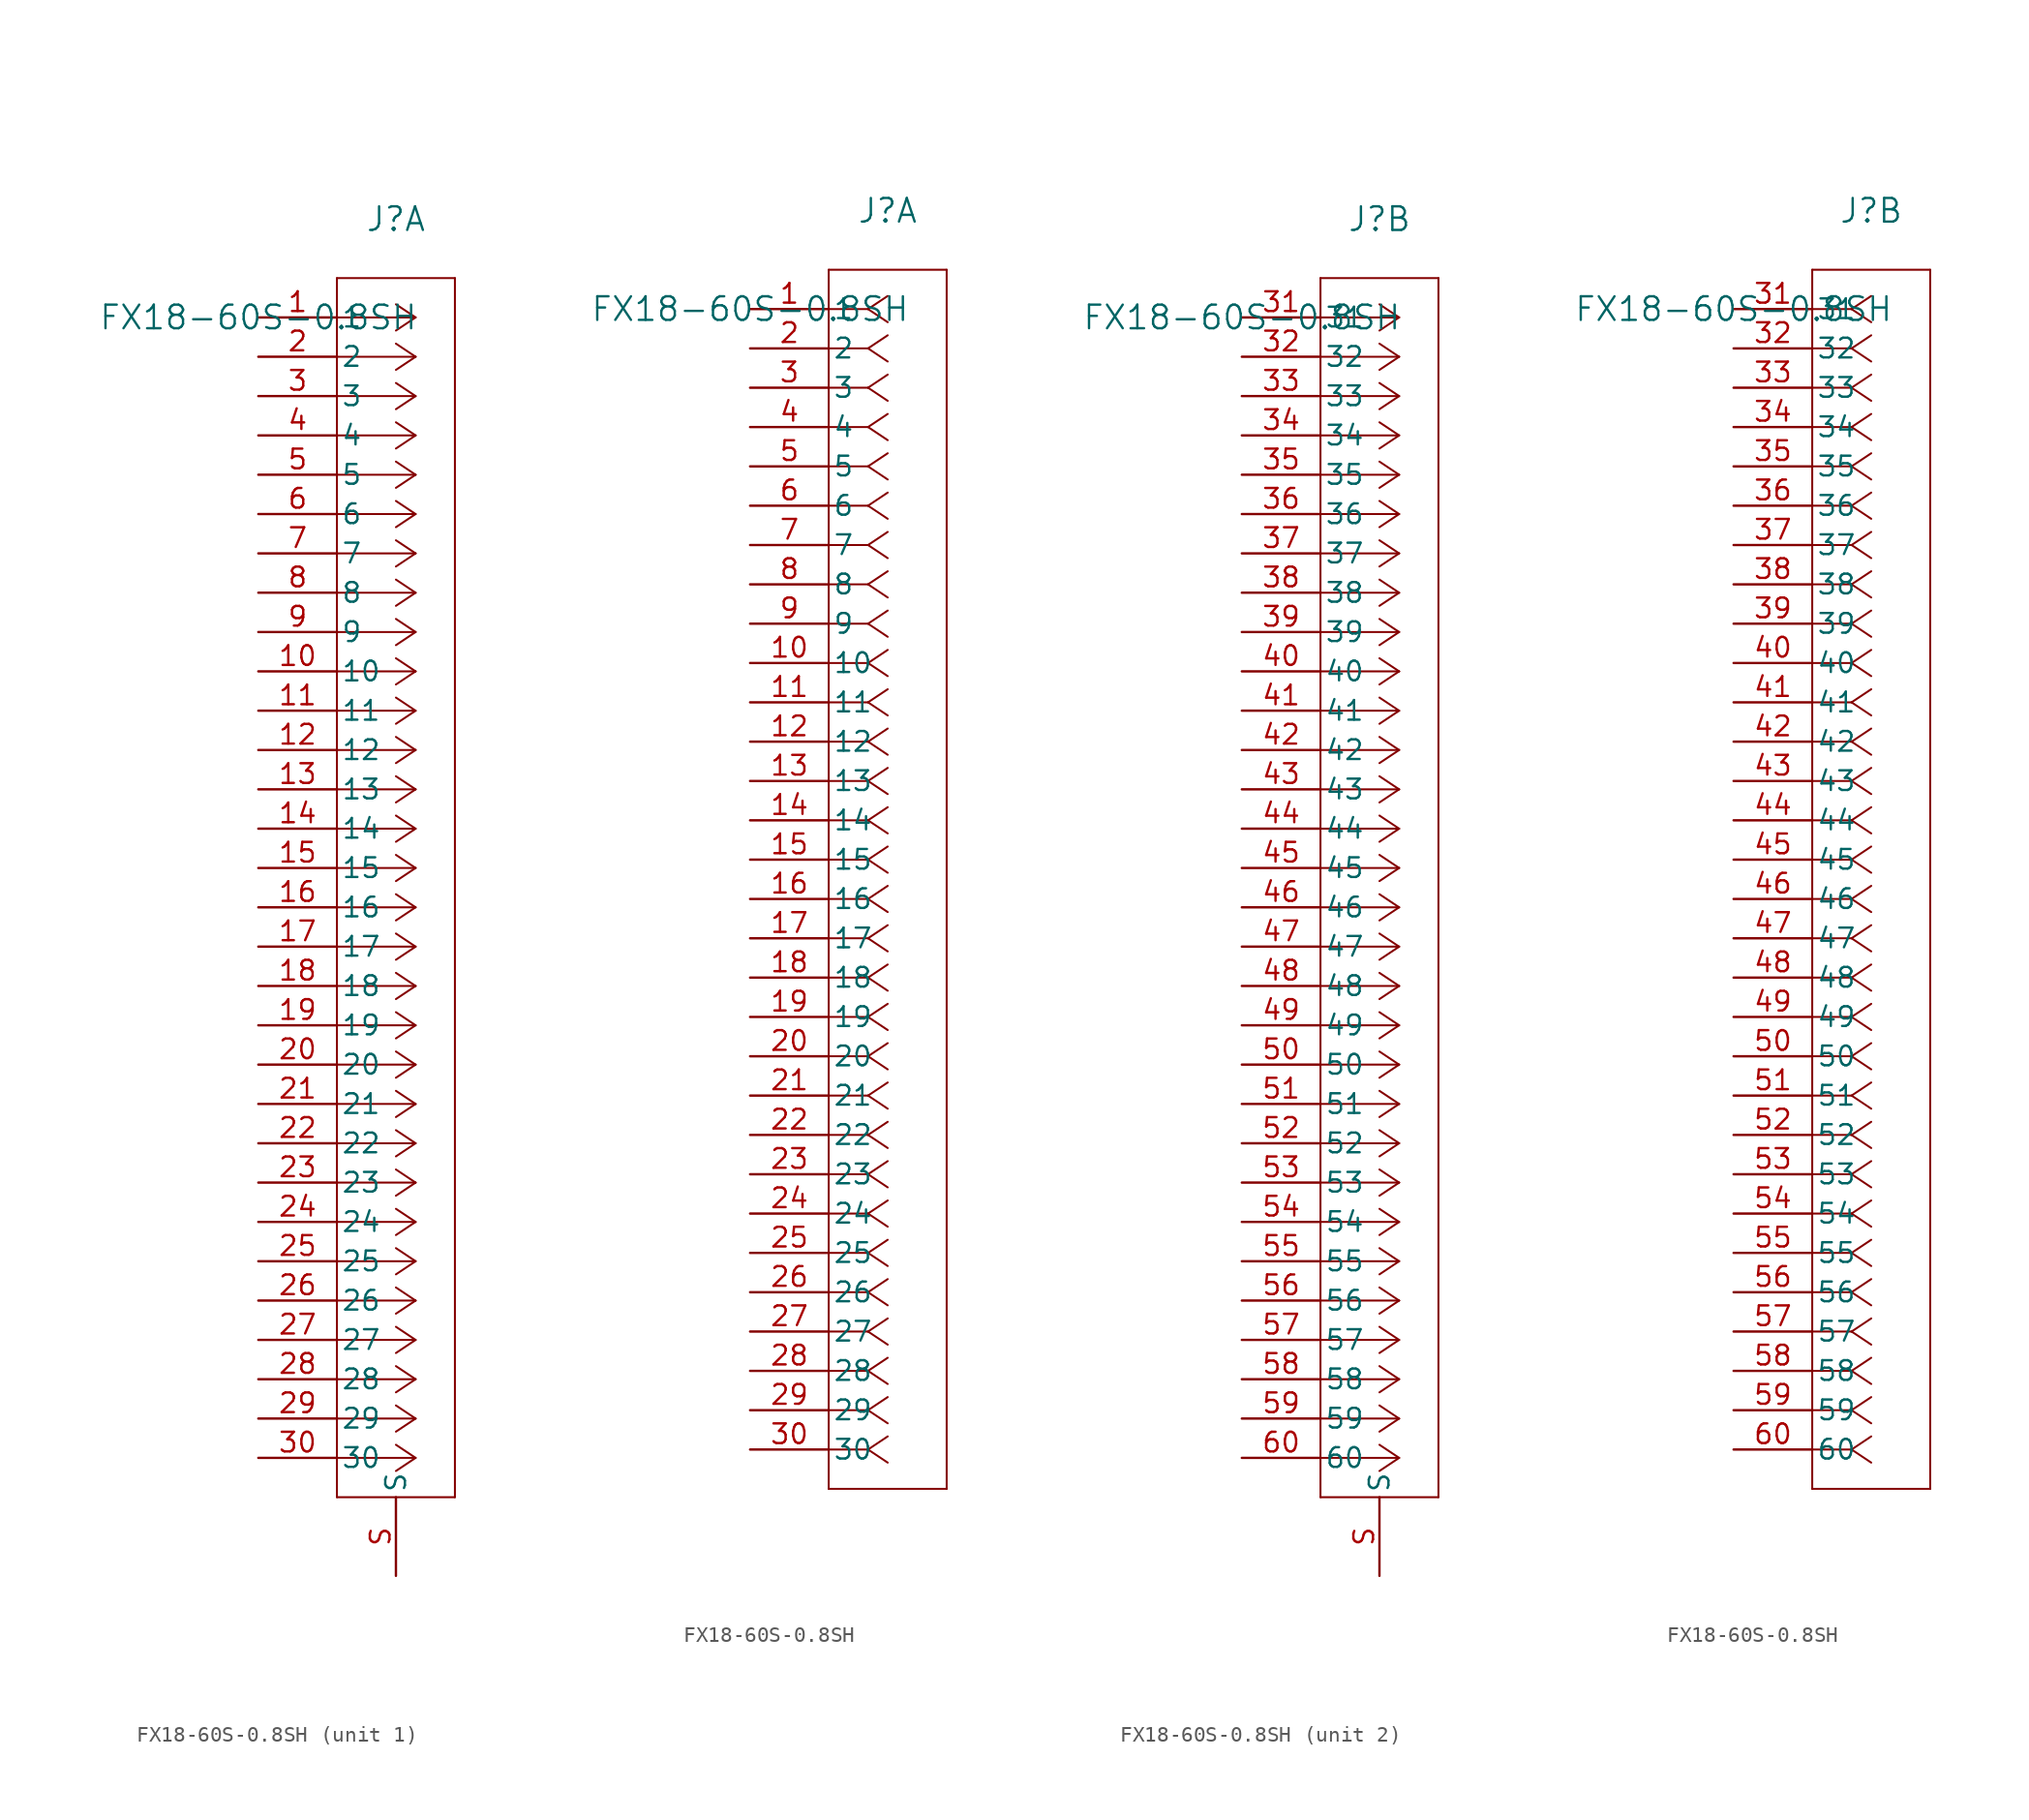
<source format=kicad_sym>
(kicad_symbol_lib
  (version 20231120)
  (generator "kicad_symbol_editor")
  (generator_version "8.0")
  (symbol "FX18-60S-0.8SH"
    (pin_names
      (offset 0.254))
    (property "Reference" "J"
      (at 8.89 6.35 0)
      (effects (font (size 1.524 1.524))))
    (property "Value" "FX18-60S-0.8SH"
      (at 0 0 0)
      (effects (font (size 1.524 1.524))))
    (property "ki_locked" ""
      (at 0 0 0)
      (effects (font (size 1.27 1.27))))
    (symbol "FX18-60S-0.8SH_0_1"
      (pin passive line (at 8.89 -81.28 90) (length 5.08) (name "S" (effects (font (size 1.27 1.27)))) (number "S" (effects (font (size 1.27 1.27))))))
    (symbol "FX18-60S-0.8SH_1_1"
      (polyline (pts (xy 5.08 -76.2) (xy 12.7 -76.2)) (stroke (width 0.127) (type default)) (fill (type none)))
      (polyline (pts (xy 5.08 2.54) (xy 5.08 -76.2)) (stroke (width 0.127) (type default)) (fill (type none)))
      (polyline (pts (xy 10.16 -73.66) (xy 5.08 -73.66)) (stroke (width 0.127) (type default)) (fill (type none)))
      (polyline (pts (xy 10.16 -73.66) (xy 8.89 -74.507)) (stroke (width 0.127) (type default)) (fill (type none)))
      (polyline (pts (xy 10.16 -73.66) (xy 8.89 -72.813)) (stroke (width 0.127) (type default)) (fill (type none)))
      (polyline (pts (xy 10.16 -71.12) (xy 5.08 -71.12)) (stroke (width 0.127) (type default)) (fill (type none)))
      (polyline (pts (xy 10.16 -71.12) (xy 8.89 -71.967)) (stroke (width 0.127) (type default)) (fill (type none)))
      (polyline (pts (xy 10.16 -71.12) (xy 8.89 -70.273)) (stroke (width 0.127) (type default)) (fill (type none)))
      (polyline (pts (xy 10.16 -68.58) (xy 5.08 -68.58)) (stroke (width 0.127) (type default)) (fill (type none)))
      (polyline (pts (xy 10.16 -68.58) (xy 8.89 -69.427)) (stroke (width 0.127) (type default)) (fill (type none)))
      (polyline (pts (xy 10.16 -68.58) (xy 8.89 -67.733)) (stroke (width 0.127) (type default)) (fill (type none)))
      (polyline (pts (xy 10.16 -66.04) (xy 5.08 -66.04)) (stroke (width 0.127) (type default)) (fill (type none)))
      (polyline (pts (xy 10.16 -66.04) (xy 8.89 -66.887)) (stroke (width 0.127) (type default)) (fill (type none)))
      (polyline (pts (xy 10.16 -66.04) (xy 8.89 -65.193)) (stroke (width 0.127) (type default)) (fill (type none)))
      (polyline (pts (xy 10.16 -63.5) (xy 5.08 -63.5)) (stroke (width 0.127) (type default)) (fill (type none)))
      (polyline (pts (xy 10.16 -63.5) (xy 8.89 -64.347)) (stroke (width 0.127) (type default)) (fill (type none)))
      (polyline (pts (xy 10.16 -63.5) (xy 8.89 -62.653)) (stroke (width 0.127) (type default)) (fill (type none)))
      (polyline (pts (xy 10.16 -60.96) (xy 5.08 -60.96)) (stroke (width 0.127) (type default)) (fill (type none)))
      (polyline (pts (xy 10.16 -60.96) (xy 8.89 -61.807)) (stroke (width 0.127) (type default)) (fill (type none)))
      (polyline (pts (xy 10.16 -60.96) (xy 8.89 -60.113)) (stroke (width 0.127) (type default)) (fill (type none)))
      (polyline (pts (xy 10.16 -58.42) (xy 5.08 -58.42)) (stroke (width 0.127) (type default)) (fill (type none)))
      (polyline (pts (xy 10.16 -58.42) (xy 8.89 -59.267)) (stroke (width 0.127) (type default)) (fill (type none)))
      (polyline (pts (xy 10.16 -58.42) (xy 8.89 -57.573)) (stroke (width 0.127) (type default)) (fill (type none)))
      (polyline (pts (xy 10.16 -55.88) (xy 5.08 -55.88)) (stroke (width 0.127) (type default)) (fill (type none)))
      (polyline (pts (xy 10.16 -55.88) (xy 8.89 -56.727)) (stroke (width 0.127) (type default)) (fill (type none)))
      (polyline (pts (xy 10.16 -55.88) (xy 8.89 -55.033)) (stroke (width 0.127) (type default)) (fill (type none)))
      (polyline (pts (xy 10.16 -53.34) (xy 5.08 -53.34)) (stroke (width 0.127) (type default)) (fill (type none)))
      (polyline (pts (xy 10.16 -53.34) (xy 8.89 -54.187)) (stroke (width 0.127) (type default)) (fill (type none)))
      (polyline (pts (xy 10.16 -53.34) (xy 8.89 -52.493)) (stroke (width 0.127) (type default)) (fill (type none)))
      (polyline (pts (xy 10.16 -50.8) (xy 5.08 -50.8)) (stroke (width 0.127) (type default)) (fill (type none)))
      (polyline (pts (xy 10.16 -50.8) (xy 8.89 -51.647)) (stroke (width 0.127) (type default)) (fill (type none)))
      (polyline (pts (xy 10.16 -50.8) (xy 8.89 -49.953)) (stroke (width 0.127) (type default)) (fill (type none)))
      (polyline (pts (xy 10.16 -48.26) (xy 5.08 -48.26)) (stroke (width 0.127) (type default)) (fill (type none)))
      (polyline (pts (xy 10.16 -48.26) (xy 8.89 -49.107)) (stroke (width 0.127) (type default)) (fill (type none)))
      (polyline (pts (xy 10.16 -48.26) (xy 8.89 -47.413)) (stroke (width 0.127) (type default)) (fill (type none)))
      (polyline (pts (xy 10.16 -45.72) (xy 5.08 -45.72)) (stroke (width 0.127) (type default)) (fill (type none)))
      (polyline (pts (xy 10.16 -45.72) (xy 8.89 -46.567)) (stroke (width 0.127) (type default)) (fill (type none)))
      (polyline (pts (xy 10.16 -45.72) (xy 8.89 -44.873)) (stroke (width 0.127) (type default)) (fill (type none)))
      (polyline (pts (xy 10.16 -43.18) (xy 5.08 -43.18)) (stroke (width 0.127) (type default)) (fill (type none)))
      (polyline (pts (xy 10.16 -43.18) (xy 8.89 -44.027)) (stroke (width 0.127) (type default)) (fill (type none)))
      (polyline (pts (xy 10.16 -43.18) (xy 8.89 -42.333)) (stroke (width 0.127) (type default)) (fill (type none)))
      (polyline (pts (xy 10.16 -40.64) (xy 5.08 -40.64)) (stroke (width 0.127) (type default)) (fill (type none)))
      (polyline (pts (xy 10.16 -40.64) (xy 8.89 -41.487)) (stroke (width 0.127) (type default)) (fill (type none)))
      (polyline (pts (xy 10.16 -40.64) (xy 8.89 -39.793)) (stroke (width 0.127) (type default)) (fill (type none)))
      (polyline (pts (xy 10.16 -38.1) (xy 5.08 -38.1)) (stroke (width 0.127) (type default)) (fill (type none)))
      (polyline (pts (xy 10.16 -38.1) (xy 8.89 -38.947)) (stroke (width 0.127) (type default)) (fill (type none)))
      (polyline (pts (xy 10.16 -38.1) (xy 8.89 -37.253)) (stroke (width 0.127) (type default)) (fill (type none)))
      (polyline (pts (xy 10.16 -35.56) (xy 5.08 -35.56)) (stroke (width 0.127) (type default)) (fill (type none)))
      (polyline (pts (xy 10.16 -35.56) (xy 8.89 -36.407)) (stroke (width 0.127) (type default)) (fill (type none)))
      (polyline (pts (xy 10.16 -35.56) (xy 8.89 -34.713)) (stroke (width 0.127) (type default)) (fill (type none)))
      (polyline (pts (xy 10.16 -33.02) (xy 5.08 -33.02)) (stroke (width 0.127) (type default)) (fill (type none)))
      (polyline (pts (xy 10.16 -33.02) (xy 8.89 -33.867)) (stroke (width 0.127) (type default)) (fill (type none)))
      (polyline (pts (xy 10.16 -33.02) (xy 8.89 -32.173)) (stroke (width 0.127) (type default)) (fill (type none)))
      (polyline (pts (xy 10.16 -30.48) (xy 5.08 -30.48)) (stroke (width 0.127) (type default)) (fill (type none)))
      (polyline (pts (xy 10.16 -30.48) (xy 8.89 -31.327)) (stroke (width 0.127) (type default)) (fill (type none)))
      (polyline (pts (xy 10.16 -30.48) (xy 8.89 -29.633)) (stroke (width 0.127) (type default)) (fill (type none)))
      (polyline (pts (xy 10.16 -27.94) (xy 5.08 -27.94)) (stroke (width 0.127) (type default)) (fill (type none)))
      (polyline (pts (xy 10.16 -27.94) (xy 8.89 -28.787)) (stroke (width 0.127) (type default)) (fill (type none)))
      (polyline (pts (xy 10.16 -27.94) (xy 8.89 -27.093)) (stroke (width 0.127) (type default)) (fill (type none)))
      (polyline (pts (xy 10.16 -25.4) (xy 5.08 -25.4)) (stroke (width 0.127) (type default)) (fill (type none)))
      (polyline (pts (xy 10.16 -25.4) (xy 8.89 -26.247)) (stroke (width 0.127) (type default)) (fill (type none)))
      (polyline (pts (xy 10.16 -25.4) (xy 8.89 -24.553)) (stroke (width 0.127) (type default)) (fill (type none)))
      (polyline (pts (xy 10.16 -22.86) (xy 5.08 -22.86)) (stroke (width 0.127) (type default)) (fill (type none)))
      (polyline (pts (xy 10.16 -22.86) (xy 8.89 -23.707)) (stroke (width 0.127) (type default)) (fill (type none)))
      (polyline (pts (xy 10.16 -22.86) (xy 8.89 -22.013)) (stroke (width 0.127) (type default)) (fill (type none)))
      (polyline (pts (xy 10.16 -20.32) (xy 5.08 -20.32)) (stroke (width 0.127) (type default)) (fill (type none)))
      (polyline (pts (xy 10.16 -20.32) (xy 8.89 -21.167)) (stroke (width 0.127) (type default)) (fill (type none)))
      (polyline (pts (xy 10.16 -20.32) (xy 8.89 -19.473)) (stroke (width 0.127) (type default)) (fill (type none)))
      (polyline (pts (xy 10.16 -17.78) (xy 5.08 -17.78)) (stroke (width 0.127) (type default)) (fill (type none)))
      (polyline (pts (xy 10.16 -17.78) (xy 8.89 -18.627)) (stroke (width 0.127) (type default)) (fill (type none)))
      (polyline (pts (xy 10.16 -17.78) (xy 8.89 -16.933)) (stroke (width 0.127) (type default)) (fill (type none)))
      (polyline (pts (xy 10.16 -15.24) (xy 5.08 -15.24)) (stroke (width 0.127) (type default)) (fill (type none)))
      (polyline (pts (xy 10.16 -15.24) (xy 8.89 -16.087)) (stroke (width 0.127) (type default)) (fill (type none)))
      (polyline (pts (xy 10.16 -15.24) (xy 8.89 -14.393)) (stroke (width 0.127) (type default)) (fill (type none)))
      (polyline (pts (xy 10.16 -12.7) (xy 5.08 -12.7)) (stroke (width 0.127) (type default)) (fill (type none)))
      (polyline (pts (xy 10.16 -12.7) (xy 8.89 -13.547)) (stroke (width 0.127) (type default)) (fill (type none)))
      (polyline (pts (xy 10.16 -12.7) (xy 8.89 -11.853)) (stroke (width 0.127) (type default)) (fill (type none)))
      (polyline (pts (xy 10.16 -10.16) (xy 5.08 -10.16)) (stroke (width 0.127) (type default)) (fill (type none)))
      (polyline (pts (xy 10.16 -10.16) (xy 8.89 -11.007)) (stroke (width 0.127) (type default)) (fill (type none)))
      (polyline (pts (xy 10.16 -10.16) (xy 8.89 -9.313)) (stroke (width 0.127) (type default)) (fill (type none)))
      (polyline (pts (xy 10.16 -7.62) (xy 5.08 -7.62)) (stroke (width 0.127) (type default)) (fill (type none)))
      (polyline (pts (xy 10.16 -7.62) (xy 8.89 -8.467)) (stroke (width 0.127) (type default)) (fill (type none)))
      (polyline (pts (xy 10.16 -7.62) (xy 8.89 -6.773)) (stroke (width 0.127) (type default)) (fill (type none)))
      (polyline (pts (xy 10.16 -5.08) (xy 5.08 -5.08)) (stroke (width 0.127) (type default)) (fill (type none)))
      (polyline (pts (xy 10.16 -5.08) (xy 8.89 -5.927)) (stroke (width 0.127) (type default)) (fill (type none)))
      (polyline (pts (xy 10.16 -5.08) (xy 8.89 -4.233)) (stroke (width 0.127) (type default)) (fill (type none)))
      (polyline (pts (xy 10.16 -2.54) (xy 5.08 -2.54)) (stroke (width 0.127) (type default)) (fill (type none)))
      (polyline (pts (xy 10.16 -2.54) (xy 8.89 -3.387)) (stroke (width 0.127) (type default)) (fill (type none)))
      (polyline (pts (xy 10.16 -2.54) (xy 8.89 -1.693)) (stroke (width 0.127) (type default)) (fill (type none)))
      (polyline (pts (xy 10.16 0) (xy 5.08 0)) (stroke (width 0.127) (type default)) (fill (type none)))
      (polyline (pts (xy 10.16 0) (xy 8.89 -0.847)) (stroke (width 0.127) (type default)) (fill (type none)))
      (polyline (pts (xy 10.16 0) (xy 8.89 0.847)) (stroke (width 0.127) (type default)) (fill (type none)))
      (polyline (pts (xy 12.7 -76.2) (xy 12.7 2.54)) (stroke (width 0.127) (type default)) (fill (type none)))
      (polyline (pts (xy 12.7 2.54) (xy 5.08 2.54)) (stroke (width 0.127) (type default)) (fill (type none)))
      (pin passive line (at 0 0 0) (length 5.08) (name "1" (effects (font (size 1.27 1.27)))) (number "1" (effects (font (size 1.27 1.27)))))
      (pin passive line (at 0 -22.86 0) (length 5.08) (name "10" (effects (font (size 1.27 1.27)))) (number "10" (effects (font (size 1.27 1.27)))))
      (pin passive line (at 0 -25.4 0) (length 5.08) (name "11" (effects (font (size 1.27 1.27)))) (number "11" (effects (font (size 1.27 1.27)))))
      (pin passive line (at 0 -27.94 0) (length 5.08) (name "12" (effects (font (size 1.27 1.27)))) (number "12" (effects (font (size 1.27 1.27)))))
      (pin passive line (at 0 -30.48 0) (length 5.08) (name "13" (effects (font (size 1.27 1.27)))) (number "13" (effects (font (size 1.27 1.27)))))
      (pin passive line (at 0 -33.02 0) (length 5.08) (name "14" (effects (font (size 1.27 1.27)))) (number "14" (effects (font (size 1.27 1.27)))))
      (pin passive line (at 0 -35.56 0) (length 5.08) (name "15" (effects (font (size 1.27 1.27)))) (number "15" (effects (font (size 1.27 1.27)))))
      (pin passive line (at 0 -38.1 0) (length 5.08) (name "16" (effects (font (size 1.27 1.27)))) (number "16" (effects (font (size 1.27 1.27)))))
      (pin passive line (at 0 -40.64 0) (length 5.08) (name "17" (effects (font (size 1.27 1.27)))) (number "17" (effects (font (size 1.27 1.27)))))
      (pin passive line (at 0 -43.18 0) (length 5.08) (name "18" (effects (font (size 1.27 1.27)))) (number "18" (effects (font (size 1.27 1.27)))))
      (pin passive line (at 0 -45.72 0) (length 5.08) (name "19" (effects (font (size 1.27 1.27)))) (number "19" (effects (font (size 1.27 1.27)))))
      (pin passive line (at 0 -2.54 0) (length 5.08) (name "2" (effects (font (size 1.27 1.27)))) (number "2" (effects (font (size 1.27 1.27)))))
      (pin passive line (at 0 -48.26 0) (length 5.08) (name "20" (effects (font (size 1.27 1.27)))) (number "20" (effects (font (size 1.27 1.27)))))
      (pin passive line (at 0 -50.8 0) (length 5.08) (name "21" (effects (font (size 1.27 1.27)))) (number "21" (effects (font (size 1.27 1.27)))))
      (pin passive line (at 0 -53.34 0) (length 5.08) (name "22" (effects (font (size 1.27 1.27)))) (number "22" (effects (font (size 1.27 1.27)))))
      (pin passive line (at 0 -55.88 0) (length 5.08) (name "23" (effects (font (size 1.27 1.27)))) (number "23" (effects (font (size 1.27 1.27)))))
      (pin passive line (at 0 -58.42 0) (length 5.08) (name "24" (effects (font (size 1.27 1.27)))) (number "24" (effects (font (size 1.27 1.27)))))
      (pin passive line (at 0 -60.96 0) (length 5.08) (name "25" (effects (font (size 1.27 1.27)))) (number "25" (effects (font (size 1.27 1.27)))))
      (pin passive line (at 0 -63.5 0) (length 5.08) (name "26" (effects (font (size 1.27 1.27)))) (number "26" (effects (font (size 1.27 1.27)))))
      (pin passive line (at 0 -66.04 0) (length 5.08) (name "27" (effects (font (size 1.27 1.27)))) (number "27" (effects (font (size 1.27 1.27)))))
      (pin passive line (at 0 -68.58 0) (length 5.08) (name "28" (effects (font (size 1.27 1.27)))) (number "28" (effects (font (size 1.27 1.27)))))
      (pin passive line (at 0 -71.12 0) (length 5.08) (name "29" (effects (font (size 1.27 1.27)))) (number "29" (effects (font (size 1.27 1.27)))))
      (pin passive line (at 0 -5.08 0) (length 5.08) (name "3" (effects (font (size 1.27 1.27)))) (number "3" (effects (font (size 1.27 1.27)))))
      (pin passive line (at 0 -73.66 0) (length 5.08) (name "30" (effects (font (size 1.27 1.27)))) (number "30" (effects (font (size 1.27 1.27)))))
      (pin passive line (at 0 -7.62 0) (length 5.08) (name "4" (effects (font (size 1.27 1.27)))) (number "4" (effects (font (size 1.27 1.27)))))
      (pin passive line (at 0 -10.16 0) (length 5.08) (name "5" (effects (font (size 1.27 1.27)))) (number "5" (effects (font (size 1.27 1.27)))))
      (pin passive line (at 0 -12.7 0) (length 5.08) (name "6" (effects (font (size 1.27 1.27)))) (number "6" (effects (font (size 1.27 1.27)))))
      (pin passive line (at 0 -15.24 0) (length 5.08) (name "7" (effects (font (size 1.27 1.27)))) (number "7" (effects (font (size 1.27 1.27)))))
      (pin passive line (at 0 -17.78 0) (length 5.08) (name "8" (effects (font (size 1.27 1.27)))) (number "8" (effects (font (size 1.27 1.27)))))
      (pin passive line (at 0 -20.32 0) (length 5.08) (name "9" (effects (font (size 1.27 1.27)))) (number "9" (effects (font (size 1.27 1.27))))))
    (symbol "FX18-60S-0.8SH_1_2"
      (polyline (pts (xy 5.08 -76.2) (xy 12.7 -76.2)) (stroke (width 0.127) (type default)) (fill (type none)))
      (polyline (pts (xy 5.08 2.54) (xy 5.08 -76.2)) (stroke (width 0.127) (type default)) (fill (type none)))
      (polyline (pts (xy 7.62 -73.66) (xy 5.08 -73.66)) (stroke (width 0.127) (type default)) (fill (type none)))
      (polyline (pts (xy 7.62 -73.66) (xy 8.89 -74.507)) (stroke (width 0.127) (type default)) (fill (type none)))
      (polyline (pts (xy 7.62 -73.66) (xy 8.89 -72.813)) (stroke (width 0.127) (type default)) (fill (type none)))
      (polyline (pts (xy 7.62 -71.12) (xy 5.08 -71.12)) (stroke (width 0.127) (type default)) (fill (type none)))
      (polyline (pts (xy 7.62 -71.12) (xy 8.89 -71.967)) (stroke (width 0.127) (type default)) (fill (type none)))
      (polyline (pts (xy 7.62 -71.12) (xy 8.89 -70.273)) (stroke (width 0.127) (type default)) (fill (type none)))
      (polyline (pts (xy 7.62 -68.58) (xy 5.08 -68.58)) (stroke (width 0.127) (type default)) (fill (type none)))
      (polyline (pts (xy 7.62 -68.58) (xy 8.89 -69.427)) (stroke (width 0.127) (type default)) (fill (type none)))
      (polyline (pts (xy 7.62 -68.58) (xy 8.89 -67.733)) (stroke (width 0.127) (type default)) (fill (type none)))
      (polyline (pts (xy 7.62 -66.04) (xy 5.08 -66.04)) (stroke (width 0.127) (type default)) (fill (type none)))
      (polyline (pts (xy 7.62 -66.04) (xy 8.89 -66.887)) (stroke (width 0.127) (type default)) (fill (type none)))
      (polyline (pts (xy 7.62 -66.04) (xy 8.89 -65.193)) (stroke (width 0.127) (type default)) (fill (type none)))
      (polyline (pts (xy 7.62 -63.5) (xy 5.08 -63.5)) (stroke (width 0.127) (type default)) (fill (type none)))
      (polyline (pts (xy 7.62 -63.5) (xy 8.89 -64.347)) (stroke (width 0.127) (type default)) (fill (type none)))
      (polyline (pts (xy 7.62 -63.5) (xy 8.89 -62.653)) (stroke (width 0.127) (type default)) (fill (type none)))
      (polyline (pts (xy 7.62 -60.96) (xy 5.08 -60.96)) (stroke (width 0.127) (type default)) (fill (type none)))
      (polyline (pts (xy 7.62 -60.96) (xy 8.89 -61.807)) (stroke (width 0.127) (type default)) (fill (type none)))
      (polyline (pts (xy 7.62 -60.96) (xy 8.89 -60.113)) (stroke (width 0.127) (type default)) (fill (type none)))
      (polyline (pts (xy 7.62 -58.42) (xy 5.08 -58.42)) (stroke (width 0.127) (type default)) (fill (type none)))
      (polyline (pts (xy 7.62 -58.42) (xy 8.89 -59.267)) (stroke (width 0.127) (type default)) (fill (type none)))
      (polyline (pts (xy 7.62 -58.42) (xy 8.89 -57.573)) (stroke (width 0.127) (type default)) (fill (type none)))
      (polyline (pts (xy 7.62 -55.88) (xy 5.08 -55.88)) (stroke (width 0.127) (type default)) (fill (type none)))
      (polyline (pts (xy 7.62 -55.88) (xy 8.89 -56.727)) (stroke (width 0.127) (type default)) (fill (type none)))
      (polyline (pts (xy 7.62 -55.88) (xy 8.89 -55.033)) (stroke (width 0.127) (type default)) (fill (type none)))
      (polyline (pts (xy 7.62 -53.34) (xy 5.08 -53.34)) (stroke (width 0.127) (type default)) (fill (type none)))
      (polyline (pts (xy 7.62 -53.34) (xy 8.89 -54.187)) (stroke (width 0.127) (type default)) (fill (type none)))
      (polyline (pts (xy 7.62 -53.34) (xy 8.89 -52.493)) (stroke (width 0.127) (type default)) (fill (type none)))
      (polyline (pts (xy 7.62 -50.8) (xy 5.08 -50.8)) (stroke (width 0.127) (type default)) (fill (type none)))
      (polyline (pts (xy 7.62 -50.8) (xy 8.89 -51.647)) (stroke (width 0.127) (type default)) (fill (type none)))
      (polyline (pts (xy 7.62 -50.8) (xy 8.89 -49.953)) (stroke (width 0.127) (type default)) (fill (type none)))
      (polyline (pts (xy 7.62 -48.26) (xy 5.08 -48.26)) (stroke (width 0.127) (type default)) (fill (type none)))
      (polyline (pts (xy 7.62 -48.26) (xy 8.89 -49.107)) (stroke (width 0.127) (type default)) (fill (type none)))
      (polyline (pts (xy 7.62 -48.26) (xy 8.89 -47.413)) (stroke (width 0.127) (type default)) (fill (type none)))
      (polyline (pts (xy 7.62 -45.72) (xy 5.08 -45.72)) (stroke (width 0.127) (type default)) (fill (type none)))
      (polyline (pts (xy 7.62 -45.72) (xy 8.89 -46.567)) (stroke (width 0.127) (type default)) (fill (type none)))
      (polyline (pts (xy 7.62 -45.72) (xy 8.89 -44.873)) (stroke (width 0.127) (type default)) (fill (type none)))
      (polyline (pts (xy 7.62 -43.18) (xy 5.08 -43.18)) (stroke (width 0.127) (type default)) (fill (type none)))
      (polyline (pts (xy 7.62 -43.18) (xy 8.89 -44.027)) (stroke (width 0.127) (type default)) (fill (type none)))
      (polyline (pts (xy 7.62 -43.18) (xy 8.89 -42.333)) (stroke (width 0.127) (type default)) (fill (type none)))
      (polyline (pts (xy 7.62 -40.64) (xy 5.08 -40.64)) (stroke (width 0.127) (type default)) (fill (type none)))
      (polyline (pts (xy 7.62 -40.64) (xy 8.89 -41.487)) (stroke (width 0.127) (type default)) (fill (type none)))
      (polyline (pts (xy 7.62 -40.64) (xy 8.89 -39.793)) (stroke (width 0.127) (type default)) (fill (type none)))
      (polyline (pts (xy 7.62 -38.1) (xy 5.08 -38.1)) (stroke (width 0.127) (type default)) (fill (type none)))
      (polyline (pts (xy 7.62 -38.1) (xy 8.89 -38.947)) (stroke (width 0.127) (type default)) (fill (type none)))
      (polyline (pts (xy 7.62 -38.1) (xy 8.89 -37.253)) (stroke (width 0.127) (type default)) (fill (type none)))
      (polyline (pts (xy 7.62 -35.56) (xy 5.08 -35.56)) (stroke (width 0.127) (type default)) (fill (type none)))
      (polyline (pts (xy 7.62 -35.56) (xy 8.89 -36.407)) (stroke (width 0.127) (type default)) (fill (type none)))
      (polyline (pts (xy 7.62 -35.56) (xy 8.89 -34.713)) (stroke (width 0.127) (type default)) (fill (type none)))
      (polyline (pts (xy 7.62 -33.02) (xy 5.08 -33.02)) (stroke (width 0.127) (type default)) (fill (type none)))
      (polyline (pts (xy 7.62 -33.02) (xy 8.89 -33.867)) (stroke (width 0.127) (type default)) (fill (type none)))
      (polyline (pts (xy 7.62 -33.02) (xy 8.89 -32.173)) (stroke (width 0.127) (type default)) (fill (type none)))
      (polyline (pts (xy 7.62 -30.48) (xy 5.08 -30.48)) (stroke (width 0.127) (type default)) (fill (type none)))
      (polyline (pts (xy 7.62 -30.48) (xy 8.89 -31.327)) (stroke (width 0.127) (type default)) (fill (type none)))
      (polyline (pts (xy 7.62 -30.48) (xy 8.89 -29.633)) (stroke (width 0.127) (type default)) (fill (type none)))
      (polyline (pts (xy 7.62 -27.94) (xy 5.08 -27.94)) (stroke (width 0.127) (type default)) (fill (type none)))
      (polyline (pts (xy 7.62 -27.94) (xy 8.89 -28.787)) (stroke (width 0.127) (type default)) (fill (type none)))
      (polyline (pts (xy 7.62 -27.94) (xy 8.89 -27.093)) (stroke (width 0.127) (type default)) (fill (type none)))
      (polyline (pts (xy 7.62 -25.4) (xy 5.08 -25.4)) (stroke (width 0.127) (type default)) (fill (type none)))
      (polyline (pts (xy 7.62 -25.4) (xy 8.89 -26.247)) (stroke (width 0.127) (type default)) (fill (type none)))
      (polyline (pts (xy 7.62 -25.4) (xy 8.89 -24.553)) (stroke (width 0.127) (type default)) (fill (type none)))
      (polyline (pts (xy 7.62 -22.86) (xy 5.08 -22.86)) (stroke (width 0.127) (type default)) (fill (type none)))
      (polyline (pts (xy 7.62 -22.86) (xy 8.89 -23.707)) (stroke (width 0.127) (type default)) (fill (type none)))
      (polyline (pts (xy 7.62 -22.86) (xy 8.89 -22.013)) (stroke (width 0.127) (type default)) (fill (type none)))
      (polyline (pts (xy 7.62 -20.32) (xy 5.08 -20.32)) (stroke (width 0.127) (type default)) (fill (type none)))
      (polyline (pts (xy 7.62 -20.32) (xy 8.89 -21.167)) (stroke (width 0.127) (type default)) (fill (type none)))
      (polyline (pts (xy 7.62 -20.32) (xy 8.89 -19.473)) (stroke (width 0.127) (type default)) (fill (type none)))
      (polyline (pts (xy 7.62 -17.78) (xy 5.08 -17.78)) (stroke (width 0.127) (type default)) (fill (type none)))
      (polyline (pts (xy 7.62 -17.78) (xy 8.89 -18.627)) (stroke (width 0.127) (type default)) (fill (type none)))
      (polyline (pts (xy 7.62 -17.78) (xy 8.89 -16.933)) (stroke (width 0.127) (type default)) (fill (type none)))
      (polyline (pts (xy 7.62 -15.24) (xy 5.08 -15.24)) (stroke (width 0.127) (type default)) (fill (type none)))
      (polyline (pts (xy 7.62 -15.24) (xy 8.89 -16.087)) (stroke (width 0.127) (type default)) (fill (type none)))
      (polyline (pts (xy 7.62 -15.24) (xy 8.89 -14.393)) (stroke (width 0.127) (type default)) (fill (type none)))
      (polyline (pts (xy 7.62 -12.7) (xy 5.08 -12.7)) (stroke (width 0.127) (type default)) (fill (type none)))
      (polyline (pts (xy 7.62 -12.7) (xy 8.89 -13.547)) (stroke (width 0.127) (type default)) (fill (type none)))
      (polyline (pts (xy 7.62 -12.7) (xy 8.89 -11.853)) (stroke (width 0.127) (type default)) (fill (type none)))
      (polyline (pts (xy 7.62 -10.16) (xy 5.08 -10.16)) (stroke (width 0.127) (type default)) (fill (type none)))
      (polyline (pts (xy 7.62 -10.16) (xy 8.89 -11.007)) (stroke (width 0.127) (type default)) (fill (type none)))
      (polyline (pts (xy 7.62 -10.16) (xy 8.89 -9.313)) (stroke (width 0.127) (type default)) (fill (type none)))
      (polyline (pts (xy 7.62 -7.62) (xy 5.08 -7.62)) (stroke (width 0.127) (type default)) (fill (type none)))
      (polyline (pts (xy 7.62 -7.62) (xy 8.89 -8.467)) (stroke (width 0.127) (type default)) (fill (type none)))
      (polyline (pts (xy 7.62 -7.62) (xy 8.89 -6.773)) (stroke (width 0.127) (type default)) (fill (type none)))
      (polyline (pts (xy 7.62 -5.08) (xy 5.08 -5.08)) (stroke (width 0.127) (type default)) (fill (type none)))
      (polyline (pts (xy 7.62 -5.08) (xy 8.89 -5.927)) (stroke (width 0.127) (type default)) (fill (type none)))
      (polyline (pts (xy 7.62 -5.08) (xy 8.89 -4.233)) (stroke (width 0.127) (type default)) (fill (type none)))
      (polyline (pts (xy 7.62 -2.54) (xy 5.08 -2.54)) (stroke (width 0.127) (type default)) (fill (type none)))
      (polyline (pts (xy 7.62 -2.54) (xy 8.89 -3.387)) (stroke (width 0.127) (type default)) (fill (type none)))
      (polyline (pts (xy 7.62 -2.54) (xy 8.89 -1.693)) (stroke (width 0.127) (type default)) (fill (type none)))
      (polyline (pts (xy 7.62 0) (xy 5.08 0)) (stroke (width 0.127) (type default)) (fill (type none)))
      (polyline (pts (xy 7.62 0) (xy 8.89 -0.847)) (stroke (width 0.127) (type default)) (fill (type none)))
      (polyline (pts (xy 7.62 0) (xy 8.89 0.847)) (stroke (width 0.127) (type default)) (fill (type none)))
      (polyline (pts (xy 12.7 -76.2) (xy 12.7 2.54)) (stroke (width 0.127) (type default)) (fill (type none)))
      (polyline (pts (xy 12.7 2.54) (xy 5.08 2.54)) (stroke (width 0.127) (type default)) (fill (type none)))
      (pin unspecified line (at 0 0 0) (length 5.08) (name "1" (effects (font (size 1.27 1.27)))) (number "1" (effects (font (size 1.27 1.27)))))
      (pin unspecified line (at 0 -22.86 0) (length 5.08) (name "10" (effects (font (size 1.27 1.27)))) (number "10" (effects (font (size 1.27 1.27)))))
      (pin unspecified line (at 0 -25.4 0) (length 5.08) (name "11" (effects (font (size 1.27 1.27)))) (number "11" (effects (font (size 1.27 1.27)))))
      (pin unspecified line (at 0 -27.94 0) (length 5.08) (name "12" (effects (font (size 1.27 1.27)))) (number "12" (effects (font (size 1.27 1.27)))))
      (pin unspecified line (at 0 -30.48 0) (length 5.08) (name "13" (effects (font (size 1.27 1.27)))) (number "13" (effects (font (size 1.27 1.27)))))
      (pin unspecified line (at 0 -33.02 0) (length 5.08) (name "14" (effects (font (size 1.27 1.27)))) (number "14" (effects (font (size 1.27 1.27)))))
      (pin unspecified line (at 0 -35.56 0) (length 5.08) (name "15" (effects (font (size 1.27 1.27)))) (number "15" (effects (font (size 1.27 1.27)))))
      (pin unspecified line (at 0 -38.1 0) (length 5.08) (name "16" (effects (font (size 1.27 1.27)))) (number "16" (effects (font (size 1.27 1.27)))))
      (pin unspecified line (at 0 -40.64 0) (length 5.08) (name "17" (effects (font (size 1.27 1.27)))) (number "17" (effects (font (size 1.27 1.27)))))
      (pin unspecified line (at 0 -43.18 0) (length 5.08) (name "18" (effects (font (size 1.27 1.27)))) (number "18" (effects (font (size 1.27 1.27)))))
      (pin unspecified line (at 0 -45.72 0) (length 5.08) (name "19" (effects (font (size 1.27 1.27)))) (number "19" (effects (font (size 1.27 1.27)))))
      (pin unspecified line (at 0 -2.54 0) (length 5.08) (name "2" (effects (font (size 1.27 1.27)))) (number "2" (effects (font (size 1.27 1.27)))))
      (pin unspecified line (at 0 -48.26 0) (length 5.08) (name "20" (effects (font (size 1.27 1.27)))) (number "20" (effects (font (size 1.27 1.27)))))
      (pin unspecified line (at 0 -50.8 0) (length 5.08) (name "21" (effects (font (size 1.27 1.27)))) (number "21" (effects (font (size 1.27 1.27)))))
      (pin unspecified line (at 0 -53.34 0) (length 5.08) (name "22" (effects (font (size 1.27 1.27)))) (number "22" (effects (font (size 1.27 1.27)))))
      (pin unspecified line (at 0 -55.88 0) (length 5.08) (name "23" (effects (font (size 1.27 1.27)))) (number "23" (effects (font (size 1.27 1.27)))))
      (pin unspecified line (at 0 -58.42 0) (length 5.08) (name "24" (effects (font (size 1.27 1.27)))) (number "24" (effects (font (size 1.27 1.27)))))
      (pin unspecified line (at 0 -60.96 0) (length 5.08) (name "25" (effects (font (size 1.27 1.27)))) (number "25" (effects (font (size 1.27 1.27)))))
      (pin unspecified line (at 0 -63.5 0) (length 5.08) (name "26" (effects (font (size 1.27 1.27)))) (number "26" (effects (font (size 1.27 1.27)))))
      (pin unspecified line (at 0 -66.04 0) (length 5.08) (name "27" (effects (font (size 1.27 1.27)))) (number "27" (effects (font (size 1.27 1.27)))))
      (pin unspecified line (at 0 -68.58 0) (length 5.08) (name "28" (effects (font (size 1.27 1.27)))) (number "28" (effects (font (size 1.27 1.27)))))
      (pin unspecified line (at 0 -71.12 0) (length 5.08) (name "29" (effects (font (size 1.27 1.27)))) (number "29" (effects (font (size 1.27 1.27)))))
      (pin unspecified line (at 0 -5.08 0) (length 5.08) (name "3" (effects (font (size 1.27 1.27)))) (number "3" (effects (font (size 1.27 1.27)))))
      (pin unspecified line (at 0 -73.66 0) (length 5.08) (name "30" (effects (font (size 1.27 1.27)))) (number "30" (effects (font (size 1.27 1.27)))))
      (pin unspecified line (at 0 -7.62 0) (length 5.08) (name "4" (effects (font (size 1.27 1.27)))) (number "4" (effects (font (size 1.27 1.27)))))
      (pin unspecified line (at 0 -10.16 0) (length 5.08) (name "5" (effects (font (size 1.27 1.27)))) (number "5" (effects (font (size 1.27 1.27)))))
      (pin unspecified line (at 0 -12.7 0) (length 5.08) (name "6" (effects (font (size 1.27 1.27)))) (number "6" (effects (font (size 1.27 1.27)))))
      (pin unspecified line (at 0 -15.24 0) (length 5.08) (name "7" (effects (font (size 1.27 1.27)))) (number "7" (effects (font (size 1.27 1.27)))))
      (pin unspecified line (at 0 -17.78 0) (length 5.08) (name "8" (effects (font (size 1.27 1.27)))) (number "8" (effects (font (size 1.27 1.27)))))
      (pin unspecified line (at 0 -20.32 0) (length 5.08) (name "9" (effects (font (size 1.27 1.27)))) (number "9" (effects (font (size 1.27 1.27))))))
    (symbol "FX18-60S-0.8SH_2_1"
      (polyline (pts (xy 5.08 -76.2) (xy 12.7 -76.2)) (stroke (width 0.127) (type default)) (fill (type none)))
      (polyline (pts (xy 5.08 2.54) (xy 5.08 -76.2)) (stroke (width 0.127) (type default)) (fill (type none)))
      (polyline (pts (xy 10.16 -73.66) (xy 5.08 -73.66)) (stroke (width 0.127) (type default)) (fill (type none)))
      (polyline (pts (xy 10.16 -73.66) (xy 8.89 -74.507)) (stroke (width 0.127) (type default)) (fill (type none)))
      (polyline (pts (xy 10.16 -73.66) (xy 8.89 -72.813)) (stroke (width 0.127) (type default)) (fill (type none)))
      (polyline (pts (xy 10.16 -71.12) (xy 5.08 -71.12)) (stroke (width 0.127) (type default)) (fill (type none)))
      (polyline (pts (xy 10.16 -71.12) (xy 8.89 -71.967)) (stroke (width 0.127) (type default)) (fill (type none)))
      (polyline (pts (xy 10.16 -71.12) (xy 8.89 -70.273)) (stroke (width 0.127) (type default)) (fill (type none)))
      (polyline (pts (xy 10.16 -68.58) (xy 5.08 -68.58)) (stroke (width 0.127) (type default)) (fill (type none)))
      (polyline (pts (xy 10.16 -68.58) (xy 8.89 -69.427)) (stroke (width 0.127) (type default)) (fill (type none)))
      (polyline (pts (xy 10.16 -68.58) (xy 8.89 -67.733)) (stroke (width 0.127) (type default)) (fill (type none)))
      (polyline (pts (xy 10.16 -66.04) (xy 5.08 -66.04)) (stroke (width 0.127) (type default)) (fill (type none)))
      (polyline (pts (xy 10.16 -66.04) (xy 8.89 -66.887)) (stroke (width 0.127) (type default)) (fill (type none)))
      (polyline (pts (xy 10.16 -66.04) (xy 8.89 -65.193)) (stroke (width 0.127) (type default)) (fill (type none)))
      (polyline (pts (xy 10.16 -63.5) (xy 5.08 -63.5)) (stroke (width 0.127) (type default)) (fill (type none)))
      (polyline (pts (xy 10.16 -63.5) (xy 8.89 -64.347)) (stroke (width 0.127) (type default)) (fill (type none)))
      (polyline (pts (xy 10.16 -63.5) (xy 8.89 -62.653)) (stroke (width 0.127) (type default)) (fill (type none)))
      (polyline (pts (xy 10.16 -60.96) (xy 5.08 -60.96)) (stroke (width 0.127) (type default)) (fill (type none)))
      (polyline (pts (xy 10.16 -60.96) (xy 8.89 -61.807)) (stroke (width 0.127) (type default)) (fill (type none)))
      (polyline (pts (xy 10.16 -60.96) (xy 8.89 -60.113)) (stroke (width 0.127) (type default)) (fill (type none)))
      (polyline (pts (xy 10.16 -58.42) (xy 5.08 -58.42)) (stroke (width 0.127) (type default)) (fill (type none)))
      (polyline (pts (xy 10.16 -58.42) (xy 8.89 -59.267)) (stroke (width 0.127) (type default)) (fill (type none)))
      (polyline (pts (xy 10.16 -58.42) (xy 8.89 -57.573)) (stroke (width 0.127) (type default)) (fill (type none)))
      (polyline (pts (xy 10.16 -55.88) (xy 5.08 -55.88)) (stroke (width 0.127) (type default)) (fill (type none)))
      (polyline (pts (xy 10.16 -55.88) (xy 8.89 -56.727)) (stroke (width 0.127) (type default)) (fill (type none)))
      (polyline (pts (xy 10.16 -55.88) (xy 8.89 -55.033)) (stroke (width 0.127) (type default)) (fill (type none)))
      (polyline (pts (xy 10.16 -53.34) (xy 5.08 -53.34)) (stroke (width 0.127) (type default)) (fill (type none)))
      (polyline (pts (xy 10.16 -53.34) (xy 8.89 -54.187)) (stroke (width 0.127) (type default)) (fill (type none)))
      (polyline (pts (xy 10.16 -53.34) (xy 8.89 -52.493)) (stroke (width 0.127) (type default)) (fill (type none)))
      (polyline (pts (xy 10.16 -50.8) (xy 5.08 -50.8)) (stroke (width 0.127) (type default)) (fill (type none)))
      (polyline (pts (xy 10.16 -50.8) (xy 8.89 -51.647)) (stroke (width 0.127) (type default)) (fill (type none)))
      (polyline (pts (xy 10.16 -50.8) (xy 8.89 -49.953)) (stroke (width 0.127) (type default)) (fill (type none)))
      (polyline (pts (xy 10.16 -48.26) (xy 5.08 -48.26)) (stroke (width 0.127) (type default)) (fill (type none)))
      (polyline (pts (xy 10.16 -48.26) (xy 8.89 -49.107)) (stroke (width 0.127) (type default)) (fill (type none)))
      (polyline (pts (xy 10.16 -48.26) (xy 8.89 -47.413)) (stroke (width 0.127) (type default)) (fill (type none)))
      (polyline (pts (xy 10.16 -45.72) (xy 5.08 -45.72)) (stroke (width 0.127) (type default)) (fill (type none)))
      (polyline (pts (xy 10.16 -45.72) (xy 8.89 -46.567)) (stroke (width 0.127) (type default)) (fill (type none)))
      (polyline (pts (xy 10.16 -45.72) (xy 8.89 -44.873)) (stroke (width 0.127) (type default)) (fill (type none)))
      (polyline (pts (xy 10.16 -43.18) (xy 5.08 -43.18)) (stroke (width 0.127) (type default)) (fill (type none)))
      (polyline (pts (xy 10.16 -43.18) (xy 8.89 -44.027)) (stroke (width 0.127) (type default)) (fill (type none)))
      (polyline (pts (xy 10.16 -43.18) (xy 8.89 -42.333)) (stroke (width 0.127) (type default)) (fill (type none)))
      (polyline (pts (xy 10.16 -40.64) (xy 5.08 -40.64)) (stroke (width 0.127) (type default)) (fill (type none)))
      (polyline (pts (xy 10.16 -40.64) (xy 8.89 -41.487)) (stroke (width 0.127) (type default)) (fill (type none)))
      (polyline (pts (xy 10.16 -40.64) (xy 8.89 -39.793)) (stroke (width 0.127) (type default)) (fill (type none)))
      (polyline (pts (xy 10.16 -38.1) (xy 5.08 -38.1)) (stroke (width 0.127) (type default)) (fill (type none)))
      (polyline (pts (xy 10.16 -38.1) (xy 8.89 -38.947)) (stroke (width 0.127) (type default)) (fill (type none)))
      (polyline (pts (xy 10.16 -38.1) (xy 8.89 -37.253)) (stroke (width 0.127) (type default)) (fill (type none)))
      (polyline (pts (xy 10.16 -35.56) (xy 5.08 -35.56)) (stroke (width 0.127) (type default)) (fill (type none)))
      (polyline (pts (xy 10.16 -35.56) (xy 8.89 -36.407)) (stroke (width 0.127) (type default)) (fill (type none)))
      (polyline (pts (xy 10.16 -35.56) (xy 8.89 -34.713)) (stroke (width 0.127) (type default)) (fill (type none)))
      (polyline (pts (xy 10.16 -33.02) (xy 5.08 -33.02)) (stroke (width 0.127) (type default)) (fill (type none)))
      (polyline (pts (xy 10.16 -33.02) (xy 8.89 -33.867)) (stroke (width 0.127) (type default)) (fill (type none)))
      (polyline (pts (xy 10.16 -33.02) (xy 8.89 -32.173)) (stroke (width 0.127) (type default)) (fill (type none)))
      (polyline (pts (xy 10.16 -30.48) (xy 5.08 -30.48)) (stroke (width 0.127) (type default)) (fill (type none)))
      (polyline (pts (xy 10.16 -30.48) (xy 8.89 -31.327)) (stroke (width 0.127) (type default)) (fill (type none)))
      (polyline (pts (xy 10.16 -30.48) (xy 8.89 -29.633)) (stroke (width 0.127) (type default)) (fill (type none)))
      (polyline (pts (xy 10.16 -27.94) (xy 5.08 -27.94)) (stroke (width 0.127) (type default)) (fill (type none)))
      (polyline (pts (xy 10.16 -27.94) (xy 8.89 -28.787)) (stroke (width 0.127) (type default)) (fill (type none)))
      (polyline (pts (xy 10.16 -27.94) (xy 8.89 -27.093)) (stroke (width 0.127) (type default)) (fill (type none)))
      (polyline (pts (xy 10.16 -25.4) (xy 5.08 -25.4)) (stroke (width 0.127) (type default)) (fill (type none)))
      (polyline (pts (xy 10.16 -25.4) (xy 8.89 -26.247)) (stroke (width 0.127) (type default)) (fill (type none)))
      (polyline (pts (xy 10.16 -25.4) (xy 8.89 -24.553)) (stroke (width 0.127) (type default)) (fill (type none)))
      (polyline (pts (xy 10.16 -22.86) (xy 5.08 -22.86)) (stroke (width 0.127) (type default)) (fill (type none)))
      (polyline (pts (xy 10.16 -22.86) (xy 8.89 -23.707)) (stroke (width 0.127) (type default)) (fill (type none)))
      (polyline (pts (xy 10.16 -22.86) (xy 8.89 -22.013)) (stroke (width 0.127) (type default)) (fill (type none)))
      (polyline (pts (xy 10.16 -20.32) (xy 5.08 -20.32)) (stroke (width 0.127) (type default)) (fill (type none)))
      (polyline (pts (xy 10.16 -20.32) (xy 8.89 -21.167)) (stroke (width 0.127) (type default)) (fill (type none)))
      (polyline (pts (xy 10.16 -20.32) (xy 8.89 -19.473)) (stroke (width 0.127) (type default)) (fill (type none)))
      (polyline (pts (xy 10.16 -17.78) (xy 5.08 -17.78)) (stroke (width 0.127) (type default)) (fill (type none)))
      (polyline (pts (xy 10.16 -17.78) (xy 8.89 -18.627)) (stroke (width 0.127) (type default)) (fill (type none)))
      (polyline (pts (xy 10.16 -17.78) (xy 8.89 -16.933)) (stroke (width 0.127) (type default)) (fill (type none)))
      (polyline (pts (xy 10.16 -15.24) (xy 5.08 -15.24)) (stroke (width 0.127) (type default)) (fill (type none)))
      (polyline (pts (xy 10.16 -15.24) (xy 8.89 -16.087)) (stroke (width 0.127) (type default)) (fill (type none)))
      (polyline (pts (xy 10.16 -15.24) (xy 8.89 -14.393)) (stroke (width 0.127) (type default)) (fill (type none)))
      (polyline (pts (xy 10.16 -12.7) (xy 5.08 -12.7)) (stroke (width 0.127) (type default)) (fill (type none)))
      (polyline (pts (xy 10.16 -12.7) (xy 8.89 -13.547)) (stroke (width 0.127) (type default)) (fill (type none)))
      (polyline (pts (xy 10.16 -12.7) (xy 8.89 -11.853)) (stroke (width 0.127) (type default)) (fill (type none)))
      (polyline (pts (xy 10.16 -10.16) (xy 5.08 -10.16)) (stroke (width 0.127) (type default)) (fill (type none)))
      (polyline (pts (xy 10.16 -10.16) (xy 8.89 -11.007)) (stroke (width 0.127) (type default)) (fill (type none)))
      (polyline (pts (xy 10.16 -10.16) (xy 8.89 -9.313)) (stroke (width 0.127) (type default)) (fill (type none)))
      (polyline (pts (xy 10.16 -7.62) (xy 5.08 -7.62)) (stroke (width 0.127) (type default)) (fill (type none)))
      (polyline (pts (xy 10.16 -7.62) (xy 8.89 -8.467)) (stroke (width 0.127) (type default)) (fill (type none)))
      (polyline (pts (xy 10.16 -7.62) (xy 8.89 -6.773)) (stroke (width 0.127) (type default)) (fill (type none)))
      (polyline (pts (xy 10.16 -5.08) (xy 5.08 -5.08)) (stroke (width 0.127) (type default)) (fill (type none)))
      (polyline (pts (xy 10.16 -5.08) (xy 8.89 -5.927)) (stroke (width 0.127) (type default)) (fill (type none)))
      (polyline (pts (xy 10.16 -5.08) (xy 8.89 -4.233)) (stroke (width 0.127) (type default)) (fill (type none)))
      (polyline (pts (xy 10.16 -2.54) (xy 5.08 -2.54)) (stroke (width 0.127) (type default)) (fill (type none)))
      (polyline (pts (xy 10.16 -2.54) (xy 8.89 -3.387)) (stroke (width 0.127) (type default)) (fill (type none)))
      (polyline (pts (xy 10.16 -2.54) (xy 8.89 -1.693)) (stroke (width 0.127) (type default)) (fill (type none)))
      (polyline (pts (xy 10.16 0) (xy 5.08 0)) (stroke (width 0.127) (type default)) (fill (type none)))
      (polyline (pts (xy 10.16 0) (xy 8.89 -0.847)) (stroke (width 0.127) (type default)) (fill (type none)))
      (polyline (pts (xy 10.16 0) (xy 8.89 0.847)) (stroke (width 0.127) (type default)) (fill (type none)))
      (polyline (pts (xy 12.7 -76.2) (xy 12.7 2.54)) (stroke (width 0.127) (type default)) (fill (type none)))
      (polyline (pts (xy 12.7 2.54) (xy 5.08 2.54)) (stroke (width 0.127) (type default)) (fill (type none)))
      (pin passive line (at 0 0 0) (length 5.08) (name "31" (effects (font (size 1.27 1.27)))) (number "31" (effects (font (size 1.27 1.27)))))
      (pin passive line (at 0 -2.54 0) (length 5.08) (name "32" (effects (font (size 1.27 1.27)))) (number "32" (effects (font (size 1.27 1.27)))))
      (pin passive line (at 0 -5.08 0) (length 5.08) (name "33" (effects (font (size 1.27 1.27)))) (number "33" (effects (font (size 1.27 1.27)))))
      (pin passive line (at 0 -7.62 0) (length 5.08) (name "34" (effects (font (size 1.27 1.27)))) (number "34" (effects (font (size 1.27 1.27)))))
      (pin passive line (at 0 -10.16 0) (length 5.08) (name "35" (effects (font (size 1.27 1.27)))) (number "35" (effects (font (size 1.27 1.27)))))
      (pin passive line (at 0 -12.7 0) (length 5.08) (name "36" (effects (font (size 1.27 1.27)))) (number "36" (effects (font (size 1.27 1.27)))))
      (pin passive line (at 0 -15.24 0) (length 5.08) (name "37" (effects (font (size 1.27 1.27)))) (number "37" (effects (font (size 1.27 1.27)))))
      (pin passive line (at 0 -17.78 0) (length 5.08) (name "38" (effects (font (size 1.27 1.27)))) (number "38" (effects (font (size 1.27 1.27)))))
      (pin passive line (at 0 -20.32 0) (length 5.08) (name "39" (effects (font (size 1.27 1.27)))) (number "39" (effects (font (size 1.27 1.27)))))
      (pin passive line (at 0 -22.86 0) (length 5.08) (name "40" (effects (font (size 1.27 1.27)))) (number "40" (effects (font (size 1.27 1.27)))))
      (pin passive line (at 0 -25.4 0) (length 5.08) (name "41" (effects (font (size 1.27 1.27)))) (number "41" (effects (font (size 1.27 1.27)))))
      (pin passive line (at 0 -27.94 0) (length 5.08) (name "42" (effects (font (size 1.27 1.27)))) (number "42" (effects (font (size 1.27 1.27)))))
      (pin passive line (at 0 -30.48 0) (length 5.08) (name "43" (effects (font (size 1.27 1.27)))) (number "43" (effects (font (size 1.27 1.27)))))
      (pin passive line (at 0 -33.02 0) (length 5.08) (name "44" (effects (font (size 1.27 1.27)))) (number "44" (effects (font (size 1.27 1.27)))))
      (pin passive line (at 0 -35.56 0) (length 5.08) (name "45" (effects (font (size 1.27 1.27)))) (number "45" (effects (font (size 1.27 1.27)))))
      (pin passive line (at 0 -38.1 0) (length 5.08) (name "46" (effects (font (size 1.27 1.27)))) (number "46" (effects (font (size 1.27 1.27)))))
      (pin passive line (at 0 -40.64 0) (length 5.08) (name "47" (effects (font (size 1.27 1.27)))) (number "47" (effects (font (size 1.27 1.27)))))
      (pin passive line (at 0 -43.18 0) (length 5.08) (name "48" (effects (font (size 1.27 1.27)))) (number "48" (effects (font (size 1.27 1.27)))))
      (pin passive line (at 0 -45.72 0) (length 5.08) (name "49" (effects (font (size 1.27 1.27)))) (number "49" (effects (font (size 1.27 1.27)))))
      (pin passive line (at 0 -48.26 0) (length 5.08) (name "50" (effects (font (size 1.27 1.27)))) (number "50" (effects (font (size 1.27 1.27)))))
      (pin passive line (at 0 -50.8 0) (length 5.08) (name "51" (effects (font (size 1.27 1.27)))) (number "51" (effects (font (size 1.27 1.27)))))
      (pin passive line (at 0 -53.34 0) (length 5.08) (name "52" (effects (font (size 1.27 1.27)))) (number "52" (effects (font (size 1.27 1.27)))))
      (pin passive line (at 0 -55.88 0) (length 5.08) (name "53" (effects (font (size 1.27 1.27)))) (number "53" (effects (font (size 1.27 1.27)))))
      (pin passive line (at 0 -58.42 0) (length 5.08) (name "54" (effects (font (size 1.27 1.27)))) (number "54" (effects (font (size 1.27 1.27)))))
      (pin passive line (at 0 -60.96 0) (length 5.08) (name "55" (effects (font (size 1.27 1.27)))) (number "55" (effects (font (size 1.27 1.27)))))
      (pin passive line (at 0 -63.5 0) (length 5.08) (name "56" (effects (font (size 1.27 1.27)))) (number "56" (effects (font (size 1.27 1.27)))))
      (pin passive line (at 0 -66.04 0) (length 5.08) (name "57" (effects (font (size 1.27 1.27)))) (number "57" (effects (font (size 1.27 1.27)))))
      (pin passive line (at 0 -68.58 0) (length 5.08) (name "58" (effects (font (size 1.27 1.27)))) (number "58" (effects (font (size 1.27 1.27)))))
      (pin passive line (at 0 -71.12 0) (length 5.08) (name "59" (effects (font (size 1.27 1.27)))) (number "59" (effects (font (size 1.27 1.27)))))
      (pin passive line (at 0 -73.66 0) (length 5.08) (name "60" (effects (font (size 1.27 1.27)))) (number "60" (effects (font (size 1.27 1.27))))))
    (symbol "FX18-60S-0.8SH_2_2"
      (polyline (pts (xy 5.08 -76.2) (xy 12.7 -76.2)) (stroke (width 0.127) (type default)) (fill (type none)))
      (polyline (pts (xy 5.08 2.54) (xy 5.08 -76.2)) (stroke (width 0.127) (type default)) (fill (type none)))
      (polyline (pts (xy 7.62 -73.66) (xy 5.08 -73.66)) (stroke (width 0.127) (type default)) (fill (type none)))
      (polyline (pts (xy 7.62 -73.66) (xy 8.89 -74.507)) (stroke (width 0.127) (type default)) (fill (type none)))
      (polyline (pts (xy 7.62 -73.66) (xy 8.89 -72.813)) (stroke (width 0.127) (type default)) (fill (type none)))
      (polyline (pts (xy 7.62 -71.12) (xy 5.08 -71.12)) (stroke (width 0.127) (type default)) (fill (type none)))
      (polyline (pts (xy 7.62 -71.12) (xy 8.89 -71.967)) (stroke (width 0.127) (type default)) (fill (type none)))
      (polyline (pts (xy 7.62 -71.12) (xy 8.89 -70.273)) (stroke (width 0.127) (type default)) (fill (type none)))
      (polyline (pts (xy 7.62 -68.58) (xy 5.08 -68.58)) (stroke (width 0.127) (type default)) (fill (type none)))
      (polyline (pts (xy 7.62 -68.58) (xy 8.89 -69.427)) (stroke (width 0.127) (type default)) (fill (type none)))
      (polyline (pts (xy 7.62 -68.58) (xy 8.89 -67.733)) (stroke (width 0.127) (type default)) (fill (type none)))
      (polyline (pts (xy 7.62 -66.04) (xy 5.08 -66.04)) (stroke (width 0.127) (type default)) (fill (type none)))
      (polyline (pts (xy 7.62 -66.04) (xy 8.89 -66.887)) (stroke (width 0.127) (type default)) (fill (type none)))
      (polyline (pts (xy 7.62 -66.04) (xy 8.89 -65.193)) (stroke (width 0.127) (type default)) (fill (type none)))
      (polyline (pts (xy 7.62 -63.5) (xy 5.08 -63.5)) (stroke (width 0.127) (type default)) (fill (type none)))
      (polyline (pts (xy 7.62 -63.5) (xy 8.89 -64.347)) (stroke (width 0.127) (type default)) (fill (type none)))
      (polyline (pts (xy 7.62 -63.5) (xy 8.89 -62.653)) (stroke (width 0.127) (type default)) (fill (type none)))
      (polyline (pts (xy 7.62 -60.96) (xy 5.08 -60.96)) (stroke (width 0.127) (type default)) (fill (type none)))
      (polyline (pts (xy 7.62 -60.96) (xy 8.89 -61.807)) (stroke (width 0.127) (type default)) (fill (type none)))
      (polyline (pts (xy 7.62 -60.96) (xy 8.89 -60.113)) (stroke (width 0.127) (type default)) (fill (type none)))
      (polyline (pts (xy 7.62 -58.42) (xy 5.08 -58.42)) (stroke (width 0.127) (type default)) (fill (type none)))
      (polyline (pts (xy 7.62 -58.42) (xy 8.89 -59.267)) (stroke (width 0.127) (type default)) (fill (type none)))
      (polyline (pts (xy 7.62 -58.42) (xy 8.89 -57.573)) (stroke (width 0.127) (type default)) (fill (type none)))
      (polyline (pts (xy 7.62 -55.88) (xy 5.08 -55.88)) (stroke (width 0.127) (type default)) (fill (type none)))
      (polyline (pts (xy 7.62 -55.88) (xy 8.89 -56.727)) (stroke (width 0.127) (type default)) (fill (type none)))
      (polyline (pts (xy 7.62 -55.88) (xy 8.89 -55.033)) (stroke (width 0.127) (type default)) (fill (type none)))
      (polyline (pts (xy 7.62 -53.34) (xy 5.08 -53.34)) (stroke (width 0.127) (type default)) (fill (type none)))
      (polyline (pts (xy 7.62 -53.34) (xy 8.89 -54.187)) (stroke (width 0.127) (type default)) (fill (type none)))
      (polyline (pts (xy 7.62 -53.34) (xy 8.89 -52.493)) (stroke (width 0.127) (type default)) (fill (type none)))
      (polyline (pts (xy 7.62 -50.8) (xy 5.08 -50.8)) (stroke (width 0.127) (type default)) (fill (type none)))
      (polyline (pts (xy 7.62 -50.8) (xy 8.89 -51.647)) (stroke (width 0.127) (type default)) (fill (type none)))
      (polyline (pts (xy 7.62 -50.8) (xy 8.89 -49.953)) (stroke (width 0.127) (type default)) (fill (type none)))
      (polyline (pts (xy 7.62 -48.26) (xy 5.08 -48.26)) (stroke (width 0.127) (type default)) (fill (type none)))
      (polyline (pts (xy 7.62 -48.26) (xy 8.89 -49.107)) (stroke (width 0.127) (type default)) (fill (type none)))
      (polyline (pts (xy 7.62 -48.26) (xy 8.89 -47.413)) (stroke (width 0.127) (type default)) (fill (type none)))
      (polyline (pts (xy 7.62 -45.72) (xy 5.08 -45.72)) (stroke (width 0.127) (type default)) (fill (type none)))
      (polyline (pts (xy 7.62 -45.72) (xy 8.89 -46.567)) (stroke (width 0.127) (type default)) (fill (type none)))
      (polyline (pts (xy 7.62 -45.72) (xy 8.89 -44.873)) (stroke (width 0.127) (type default)) (fill (type none)))
      (polyline (pts (xy 7.62 -43.18) (xy 5.08 -43.18)) (stroke (width 0.127) (type default)) (fill (type none)))
      (polyline (pts (xy 7.62 -43.18) (xy 8.89 -44.027)) (stroke (width 0.127) (type default)) (fill (type none)))
      (polyline (pts (xy 7.62 -43.18) (xy 8.89 -42.333)) (stroke (width 0.127) (type default)) (fill (type none)))
      (polyline (pts (xy 7.62 -40.64) (xy 5.08 -40.64)) (stroke (width 0.127) (type default)) (fill (type none)))
      (polyline (pts (xy 7.62 -40.64) (xy 8.89 -41.487)) (stroke (width 0.127) (type default)) (fill (type none)))
      (polyline (pts (xy 7.62 -40.64) (xy 8.89 -39.793)) (stroke (width 0.127) (type default)) (fill (type none)))
      (polyline (pts (xy 7.62 -38.1) (xy 5.08 -38.1)) (stroke (width 0.127) (type default)) (fill (type none)))
      (polyline (pts (xy 7.62 -38.1) (xy 8.89 -38.947)) (stroke (width 0.127) (type default)) (fill (type none)))
      (polyline (pts (xy 7.62 -38.1) (xy 8.89 -37.253)) (stroke (width 0.127) (type default)) (fill (type none)))
      (polyline (pts (xy 7.62 -35.56) (xy 5.08 -35.56)) (stroke (width 0.127) (type default)) (fill (type none)))
      (polyline (pts (xy 7.62 -35.56) (xy 8.89 -36.407)) (stroke (width 0.127) (type default)) (fill (type none)))
      (polyline (pts (xy 7.62 -35.56) (xy 8.89 -34.713)) (stroke (width 0.127) (type default)) (fill (type none)))
      (polyline (pts (xy 7.62 -33.02) (xy 5.08 -33.02)) (stroke (width 0.127) (type default)) (fill (type none)))
      (polyline (pts (xy 7.62 -33.02) (xy 8.89 -33.867)) (stroke (width 0.127) (type default)) (fill (type none)))
      (polyline (pts (xy 7.62 -33.02) (xy 8.89 -32.173)) (stroke (width 0.127) (type default)) (fill (type none)))
      (polyline (pts (xy 7.62 -30.48) (xy 5.08 -30.48)) (stroke (width 0.127) (type default)) (fill (type none)))
      (polyline (pts (xy 7.62 -30.48) (xy 8.89 -31.327)) (stroke (width 0.127) (type default)) (fill (type none)))
      (polyline (pts (xy 7.62 -30.48) (xy 8.89 -29.633)) (stroke (width 0.127) (type default)) (fill (type none)))
      (polyline (pts (xy 7.62 -27.94) (xy 5.08 -27.94)) (stroke (width 0.127) (type default)) (fill (type none)))
      (polyline (pts (xy 7.62 -27.94) (xy 8.89 -28.787)) (stroke (width 0.127) (type default)) (fill (type none)))
      (polyline (pts (xy 7.62 -27.94) (xy 8.89 -27.093)) (stroke (width 0.127) (type default)) (fill (type none)))
      (polyline (pts (xy 7.62 -25.4) (xy 5.08 -25.4)) (stroke (width 0.127) (type default)) (fill (type none)))
      (polyline (pts (xy 7.62 -25.4) (xy 8.89 -26.247)) (stroke (width 0.127) (type default)) (fill (type none)))
      (polyline (pts (xy 7.62 -25.4) (xy 8.89 -24.553)) (stroke (width 0.127) (type default)) (fill (type none)))
      (polyline (pts (xy 7.62 -22.86) (xy 5.08 -22.86)) (stroke (width 0.127) (type default)) (fill (type none)))
      (polyline (pts (xy 7.62 -22.86) (xy 8.89 -23.707)) (stroke (width 0.127) (type default)) (fill (type none)))
      (polyline (pts (xy 7.62 -22.86) (xy 8.89 -22.013)) (stroke (width 0.127) (type default)) (fill (type none)))
      (polyline (pts (xy 7.62 -20.32) (xy 5.08 -20.32)) (stroke (width 0.127) (type default)) (fill (type none)))
      (polyline (pts (xy 7.62 -20.32) (xy 8.89 -21.167)) (stroke (width 0.127) (type default)) (fill (type none)))
      (polyline (pts (xy 7.62 -20.32) (xy 8.89 -19.473)) (stroke (width 0.127) (type default)) (fill (type none)))
      (polyline (pts (xy 7.62 -17.78) (xy 5.08 -17.78)) (stroke (width 0.127) (type default)) (fill (type none)))
      (polyline (pts (xy 7.62 -17.78) (xy 8.89 -18.627)) (stroke (width 0.127) (type default)) (fill (type none)))
      (polyline (pts (xy 7.62 -17.78) (xy 8.89 -16.933)) (stroke (width 0.127) (type default)) (fill (type none)))
      (polyline (pts (xy 7.62 -15.24) (xy 5.08 -15.24)) (stroke (width 0.127) (type default)) (fill (type none)))
      (polyline (pts (xy 7.62 -15.24) (xy 8.89 -16.087)) (stroke (width 0.127) (type default)) (fill (type none)))
      (polyline (pts (xy 7.62 -15.24) (xy 8.89 -14.393)) (stroke (width 0.127) (type default)) (fill (type none)))
      (polyline (pts (xy 7.62 -12.7) (xy 5.08 -12.7)) (stroke (width 0.127) (type default)) (fill (type none)))
      (polyline (pts (xy 7.62 -12.7) (xy 8.89 -13.547)) (stroke (width 0.127) (type default)) (fill (type none)))
      (polyline (pts (xy 7.62 -12.7) (xy 8.89 -11.853)) (stroke (width 0.127) (type default)) (fill (type none)))
      (polyline (pts (xy 7.62 -10.16) (xy 5.08 -10.16)) (stroke (width 0.127) (type default)) (fill (type none)))
      (polyline (pts (xy 7.62 -10.16) (xy 8.89 -11.007)) (stroke (width 0.127) (type default)) (fill (type none)))
      (polyline (pts (xy 7.62 -10.16) (xy 8.89 -9.313)) (stroke (width 0.127) (type default)) (fill (type none)))
      (polyline (pts (xy 7.62 -7.62) (xy 5.08 -7.62)) (stroke (width 0.127) (type default)) (fill (type none)))
      (polyline (pts (xy 7.62 -7.62) (xy 8.89 -8.467)) (stroke (width 0.127) (type default)) (fill (type none)))
      (polyline (pts (xy 7.62 -7.62) (xy 8.89 -6.773)) (stroke (width 0.127) (type default)) (fill (type none)))
      (polyline (pts (xy 7.62 -5.08) (xy 5.08 -5.08)) (stroke (width 0.127) (type default)) (fill (type none)))
      (polyline (pts (xy 7.62 -5.08) (xy 8.89 -5.927)) (stroke (width 0.127) (type default)) (fill (type none)))
      (polyline (pts (xy 7.62 -5.08) (xy 8.89 -4.233)) (stroke (width 0.127) (type default)) (fill (type none)))
      (polyline (pts (xy 7.62 -2.54) (xy 5.08 -2.54)) (stroke (width 0.127) (type default)) (fill (type none)))
      (polyline (pts (xy 7.62 -2.54) (xy 8.89 -3.387)) (stroke (width 0.127) (type default)) (fill (type none)))
      (polyline (pts (xy 7.62 -2.54) (xy 8.89 -1.693)) (stroke (width 0.127) (type default)) (fill (type none)))
      (polyline (pts (xy 7.62 0) (xy 5.08 0)) (stroke (width 0.127) (type default)) (fill (type none)))
      (polyline (pts (xy 7.62 0) (xy 8.89 -0.847)) (stroke (width 0.127) (type default)) (fill (type none)))
      (polyline (pts (xy 7.62 0) (xy 8.89 0.847)) (stroke (width 0.127) (type default)) (fill (type none)))
      (polyline (pts (xy 12.7 -76.2) (xy 12.7 2.54)) (stroke (width 0.127) (type default)) (fill (type none)))
      (polyline (pts (xy 12.7 2.54) (xy 5.08 2.54)) (stroke (width 0.127) (type default)) (fill (type none)))
      (pin unspecified line (at 0 0 0) (length 5.08) (name "31" (effects (font (size 1.27 1.27)))) (number "31" (effects (font (size 1.27 1.27)))))
      (pin unspecified line (at 0 -2.54 0) (length 5.08) (name "32" (effects (font (size 1.27 1.27)))) (number "32" (effects (font (size 1.27 1.27)))))
      (pin unspecified line (at 0 -5.08 0) (length 5.08) (name "33" (effects (font (size 1.27 1.27)))) (number "33" (effects (font (size 1.27 1.27)))))
      (pin unspecified line (at 0 -7.62 0) (length 5.08) (name "34" (effects (font (size 1.27 1.27)))) (number "34" (effects (font (size 1.27 1.27)))))
      (pin unspecified line (at 0 -10.16 0) (length 5.08) (name "35" (effects (font (size 1.27 1.27)))) (number "35" (effects (font (size 1.27 1.27)))))
      (pin unspecified line (at 0 -12.7 0) (length 5.08) (name "36" (effects (font (size 1.27 1.27)))) (number "36" (effects (font (size 1.27 1.27)))))
      (pin unspecified line (at 0 -15.24 0) (length 5.08) (name "37" (effects (font (size 1.27 1.27)))) (number "37" (effects (font (size 1.27 1.27)))))
      (pin unspecified line (at 0 -17.78 0) (length 5.08) (name "38" (effects (font (size 1.27 1.27)))) (number "38" (effects (font (size 1.27 1.27)))))
      (pin unspecified line (at 0 -20.32 0) (length 5.08) (name "39" (effects (font (size 1.27 1.27)))) (number "39" (effects (font (size 1.27 1.27)))))
      (pin unspecified line (at 0 -22.86 0) (length 5.08) (name "40" (effects (font (size 1.27 1.27)))) (number "40" (effects (font (size 1.27 1.27)))))
      (pin unspecified line (at 0 -25.4 0) (length 5.08) (name "41" (effects (font (size 1.27 1.27)))) (number "41" (effects (font (size 1.27 1.27)))))
      (pin unspecified line (at 0 -27.94 0) (length 5.08) (name "42" (effects (font (size 1.27 1.27)))) (number "42" (effects (font (size 1.27 1.27)))))
      (pin unspecified line (at 0 -30.48 0) (length 5.08) (name "43" (effects (font (size 1.27 1.27)))) (number "43" (effects (font (size 1.27 1.27)))))
      (pin unspecified line (at 0 -33.02 0) (length 5.08) (name "44" (effects (font (size 1.27 1.27)))) (number "44" (effects (font (size 1.27 1.27)))))
      (pin unspecified line (at 0 -35.56 0) (length 5.08) (name "45" (effects (font (size 1.27 1.27)))) (number "45" (effects (font (size 1.27 1.27)))))
      (pin unspecified line (at 0 -38.1 0) (length 5.08) (name "46" (effects (font (size 1.27 1.27)))) (number "46" (effects (font (size 1.27 1.27)))))
      (pin unspecified line (at 0 -40.64 0) (length 5.08) (name "47" (effects (font (size 1.27 1.27)))) (number "47" (effects (font (size 1.27 1.27)))))
      (pin unspecified line (at 0 -43.18 0) (length 5.08) (name "48" (effects (font (size 1.27 1.27)))) (number "48" (effects (font (size 1.27 1.27)))))
      (pin unspecified line (at 0 -45.72 0) (length 5.08) (name "49" (effects (font (size 1.27 1.27)))) (number "49" (effects (font (size 1.27 1.27)))))
      (pin unspecified line (at 0 -48.26 0) (length 5.08) (name "50" (effects (font (size 1.27 1.27)))) (number "50" (effects (font (size 1.27 1.27)))))
      (pin unspecified line (at 0 -50.8 0) (length 5.08) (name "51" (effects (font (size 1.27 1.27)))) (number "51" (effects (font (size 1.27 1.27)))))
      (pin unspecified line (at 0 -53.34 0) (length 5.08) (name "52" (effects (font (size 1.27 1.27)))) (number "52" (effects (font (size 1.27 1.27)))))
      (pin unspecified line (at 0 -55.88 0) (length 5.08) (name "53" (effects (font (size 1.27 1.27)))) (number "53" (effects (font (size 1.27 1.27)))))
      (pin unspecified line (at 0 -58.42 0) (length 5.08) (name "54" (effects (font (size 1.27 1.27)))) (number "54" (effects (font (size 1.27 1.27)))))
      (pin unspecified line (at 0 -60.96 0) (length 5.08) (name "55" (effects (font (size 1.27 1.27)))) (number "55" (effects (font (size 1.27 1.27)))))
      (pin unspecified line (at 0 -63.5 0) (length 5.08) (name "56" (effects (font (size 1.27 1.27)))) (number "56" (effects (font (size 1.27 1.27)))))
      (pin unspecified line (at 0 -66.04 0) (length 5.08) (name "57" (effects (font (size 1.27 1.27)))) (number "57" (effects (font (size 1.27 1.27)))))
      (pin unspecified line (at 0 -68.58 0) (length 5.08) (name "58" (effects (font (size 1.27 1.27)))) (number "58" (effects (font (size 1.27 1.27)))))
      (pin unspecified line (at 0 -71.12 0) (length 5.08) (name "59" (effects (font (size 1.27 1.27)))) (number "59" (effects (font (size 1.27 1.27)))))
      (pin unspecified line (at 0 -73.66 0) (length 5.08) (name "60" (effects (font (size 1.27 1.27)))) (number "60" (effects (font (size 1.27 1.27))))))))
</source>
